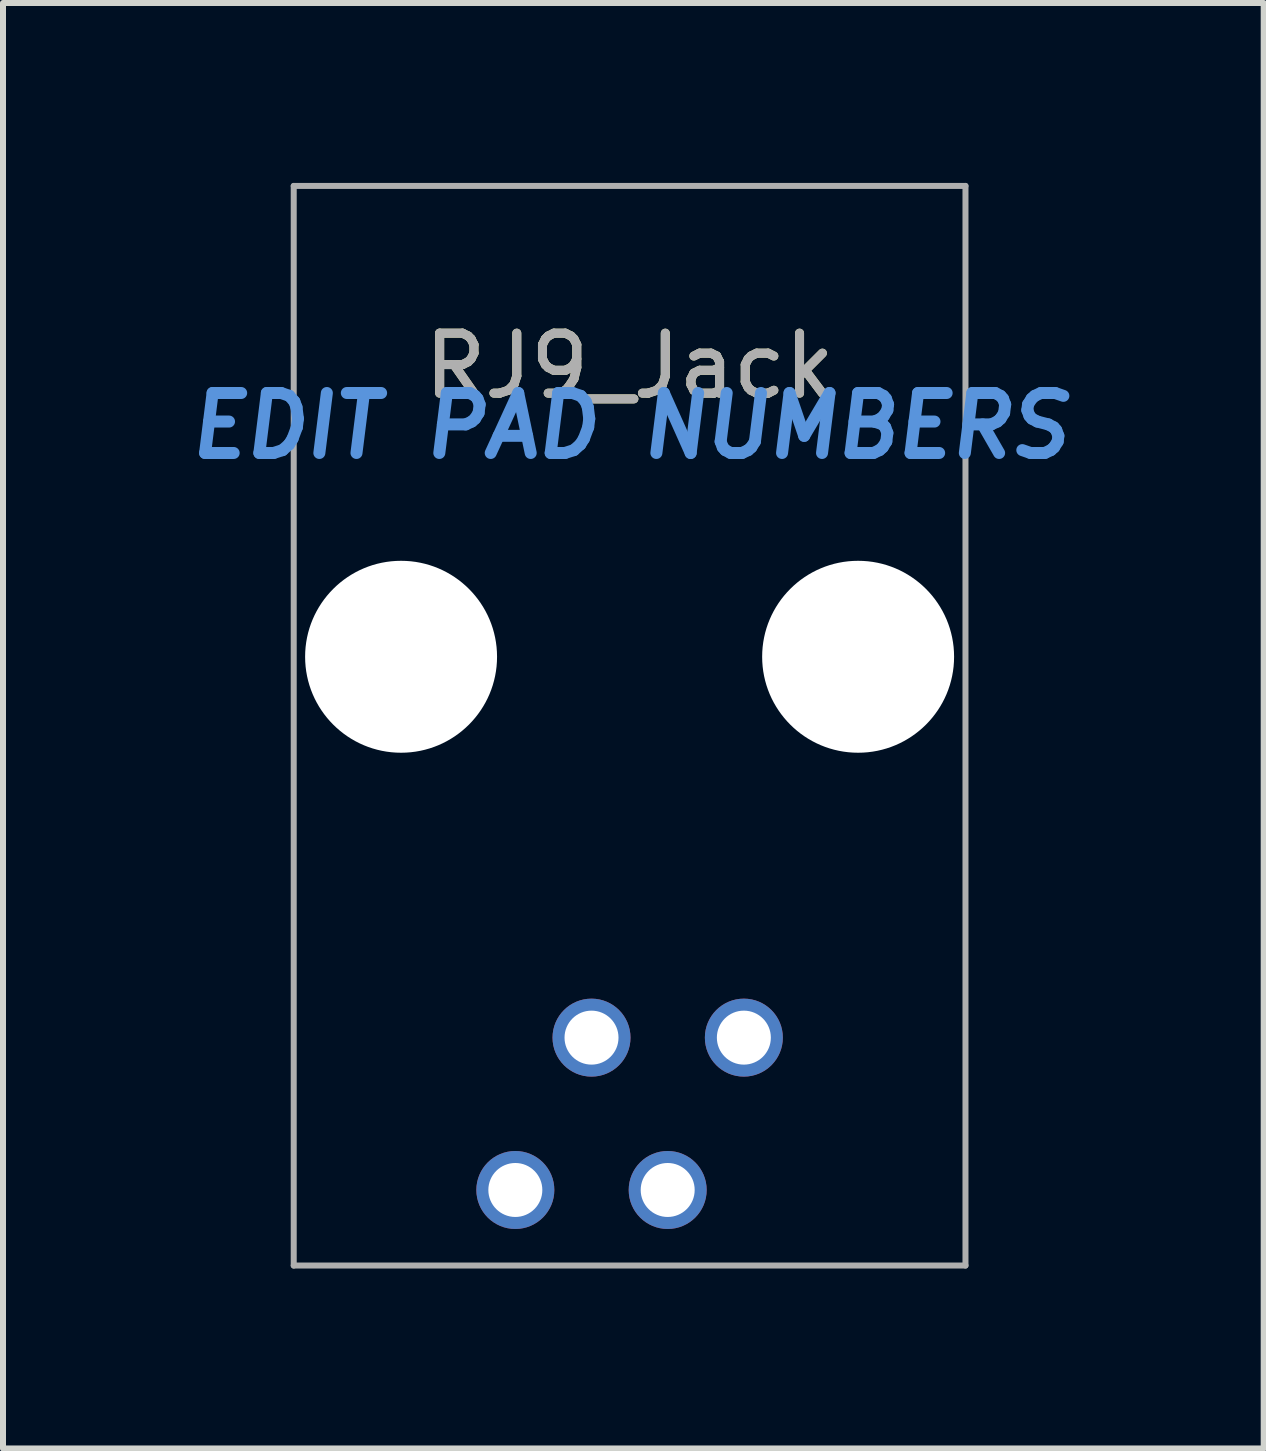
<source format=kicad_pcb>
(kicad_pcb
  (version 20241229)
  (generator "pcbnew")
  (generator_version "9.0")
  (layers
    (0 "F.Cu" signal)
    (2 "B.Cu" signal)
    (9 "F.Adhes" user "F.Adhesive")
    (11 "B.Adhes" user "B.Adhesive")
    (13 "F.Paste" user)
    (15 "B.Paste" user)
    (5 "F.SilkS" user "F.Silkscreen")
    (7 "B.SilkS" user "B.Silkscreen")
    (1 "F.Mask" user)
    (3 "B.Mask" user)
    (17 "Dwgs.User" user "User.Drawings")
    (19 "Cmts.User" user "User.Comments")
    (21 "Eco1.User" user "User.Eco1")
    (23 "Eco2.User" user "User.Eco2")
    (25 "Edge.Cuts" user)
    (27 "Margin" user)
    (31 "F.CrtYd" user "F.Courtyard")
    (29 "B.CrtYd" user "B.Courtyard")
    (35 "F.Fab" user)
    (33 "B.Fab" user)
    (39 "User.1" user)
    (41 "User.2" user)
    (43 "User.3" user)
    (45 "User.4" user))
  (footprint "RJ9_Jack"
    (layer "F.Cu")
    (at 7.447 9.05)
    (property "Reference" "RJ9_Jack" (at 0 -6 0) (layer "F.SilkS") (effects (font (size 1 1) (thickness 0.15))))
    (attr through_hole)
    (fp_line (start -5.6 -9) (end 5.6 -9) (stroke (width 0.1) (type solid)) (layer "F.Fab"))
    (fp_line (start -5.6 9) (end -5.6 -9) (stroke (width 0.1) (type solid)) (layer "F.Fab"))
    (fp_line (start 5.6 -9) (end 5.6 9) (stroke (width 0.1) (type solid)) (layer "F.Fab"))
    (fp_line (start 5.6 9) (end -5.6 9) (stroke (width 0.1) (type solid)) (layer "F.Fab"))
    (fp_text user "EDIT PAD NUMBERS" (at 0 -5 0) (layer "Cmts.User") (effects (font (size 1 1) (thickness 0.2) (italic yes))))
    (fp_text user "${REFERENCE}" (at 0 -6 0) (layer "F.Fab") (effects (font (size 1 1) (thickness 0.15))))
    (pad "" np_thru_hole circle (at -3.81 -1.15) (size 3.2 3.2) (drill 3.2) (layers "*.Cu" "*.Mask"))
    (pad "" np_thru_hole circle (at 3.81 -1.15) (size 3.2 3.2) (drill 3.2) (layers "*.Cu" "*.Mask"))
    (pad "#" thru_hole circle (at -1.905 7.74) (size 1.3 1.3) (drill 0.9) (layers "*.Cu" "*.Mask"))
    (pad "#" thru_hole circle (at -0.635 5.2) (size 1.3 1.3) (drill 0.9) (layers "*.Cu" "*.Mask"))
    (pad "#" thru_hole circle (at 0.635 7.74) (size 1.3 1.3) (drill 0.9) (layers "*.Cu" "*.Mask"))
    (pad "#" thru_hole circle (at 1.905 5.2) (size 1.3 1.3) (drill 0.9) (layers "*.Cu" "*.Mask")))
  (gr_rect
    (start -3 -3)
    (end 18.019 21.1)
    (stroke (width 0.1) (type default))
    (fill no)
    (layer "Edge.Cuts")))
</source>
